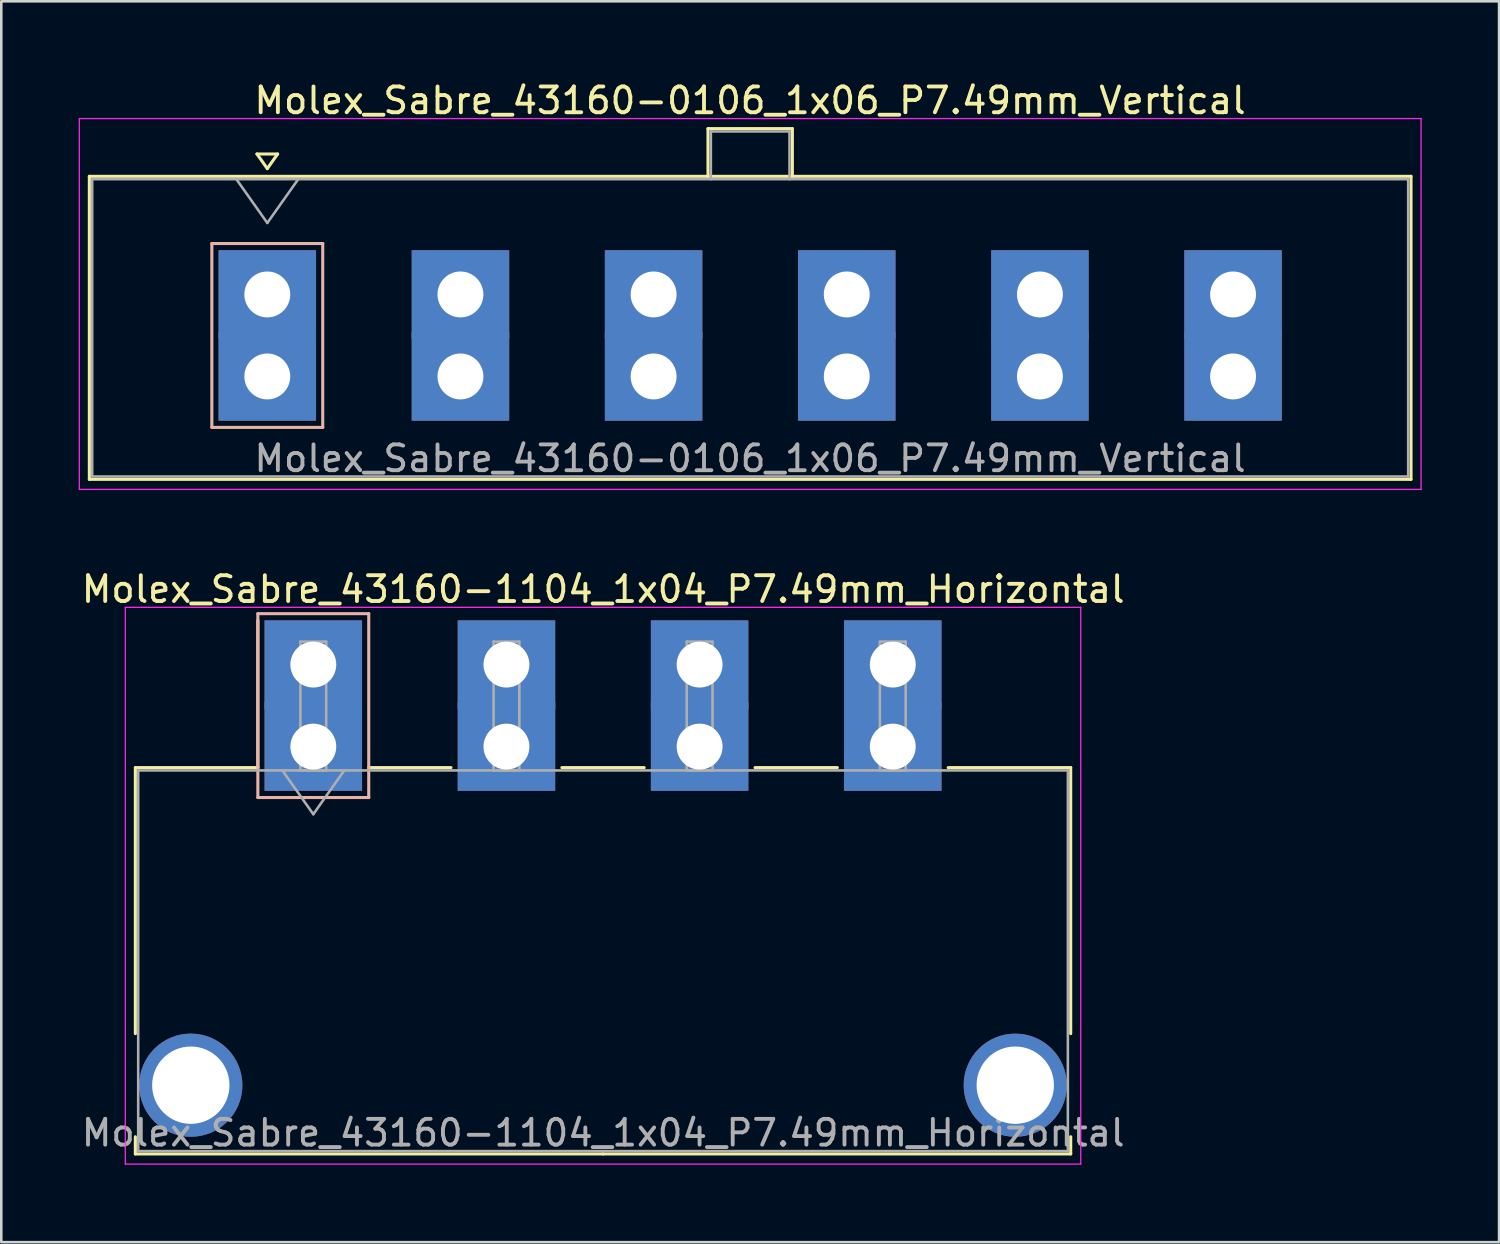
<source format=kicad_pcb>
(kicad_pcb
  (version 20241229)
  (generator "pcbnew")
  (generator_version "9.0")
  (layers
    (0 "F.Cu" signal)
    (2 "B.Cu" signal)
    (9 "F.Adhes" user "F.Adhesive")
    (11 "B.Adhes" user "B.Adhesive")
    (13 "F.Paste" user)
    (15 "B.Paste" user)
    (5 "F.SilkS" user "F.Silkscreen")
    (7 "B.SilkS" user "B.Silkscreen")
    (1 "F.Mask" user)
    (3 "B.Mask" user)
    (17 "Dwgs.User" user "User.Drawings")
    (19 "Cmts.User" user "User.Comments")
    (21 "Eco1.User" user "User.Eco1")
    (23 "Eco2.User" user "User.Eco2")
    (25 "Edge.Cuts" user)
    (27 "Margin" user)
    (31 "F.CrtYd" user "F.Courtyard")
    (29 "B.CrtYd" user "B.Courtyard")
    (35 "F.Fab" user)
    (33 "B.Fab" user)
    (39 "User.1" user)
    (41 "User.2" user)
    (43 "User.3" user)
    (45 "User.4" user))
  (footprint "Molex_Sabre_43160-0106_1x06_P7.49mm_Vertical"
    (layer "F.Cu")
    (at 7.315 11.548)
    (property "Reference" "Molex_Sabre_43160-0106_1x06_P7.49mm_Vertical" (at 18.72 -10.7 0) (layer "F.SilkS") (effects (font (size 1 1) (thickness 0.15))))
    (attr through_hole)
    (fp_line (start -6.9 -7.76) (end -6.9 3.99) (stroke (width 0.12) (type solid)) (layer "F.SilkS"))
    (fp_line (start -6.9 3.99) (end 44.35 3.99) (stroke (width 0.12) (type solid)) (layer "F.SilkS"))
    (fp_line (start -0.4 -8.626) (end 0 -8.06) (stroke (width 0.12) (type solid)) (layer "F.SilkS"))
    (fp_line (start 0 -8.06) (end 0.4 -8.626) (stroke (width 0.12) (type solid)) (layer "F.SilkS"))
    (fp_line (start 0.4 -8.626) (end -0.4 -8.626) (stroke (width 0.12) (type solid)) (layer "F.SilkS"))
    (fp_line (start 17.09 -9.61) (end 20.36 -9.61) (stroke (width 0.12) (type solid)) (layer "F.SilkS"))
    (fp_line (start 17.09 -7.76) (end 17.09 -9.61) (stroke (width 0.12) (type solid)) (layer "F.SilkS"))
    (fp_line (start 20.36 -9.61) (end 20.36 -7.76) (stroke (width 0.12) (type solid)) (layer "F.SilkS"))
    (fp_line (start 44.35 -7.76) (end -6.9 -7.76) (stroke (width 0.12) (type solid)) (layer "F.SilkS"))
    (fp_line (start 44.35 3.99) (end 44.35 -7.76) (stroke (width 0.12) (type solid)) (layer "F.SilkS"))
    (fp_line (start -2.15 -5.155) (end -2.15 1.975) (stroke (width 0.12) (type solid)) (layer "B.SilkS"))
    (fp_line (start -2.15 1.975) (end 2.15 1.975) (stroke (width 0.12) (type solid)) (layer "B.SilkS"))
    (fp_line (start 2.15 -5.155) (end -2.15 -5.155) (stroke (width 0.12) (type solid)) (layer "B.SilkS"))
    (fp_line (start 2.15 1.975) (end 2.15 -5.155) (stroke (width 0.12) (type solid)) (layer "B.SilkS"))
    (fp_line (start -7.29 -10) (end -7.29 4.38) (stroke (width 0.05) (type solid)) (layer "F.CrtYd"))
    (fp_line (start -7.29 4.38) (end 44.74 4.38) (stroke (width 0.05) (type solid)) (layer "F.CrtYd"))
    (fp_line (start 44.74 -10) (end -7.29 -10) (stroke (width 0.05) (type solid)) (layer "F.CrtYd"))
    (fp_line (start 44.74 4.38) (end 44.74 -10) (stroke (width 0.05) (type solid)) (layer "F.CrtYd"))
    (fp_line (start -6.79 -7.65) (end -6.79 3.88) (stroke (width 0.1) (type solid)) (layer "F.Fab"))
    (fp_line (start -6.79 3.88) (end 44.24 3.88) (stroke (width 0.1) (type solid)) (layer "F.Fab"))
    (fp_line (start -1.2 -7.65) (end 0 -5.953) (stroke (width 0.1) (type solid)) (layer "F.Fab"))
    (fp_line (start 0 -5.953) (end 1.2 -7.65) (stroke (width 0.1) (type solid)) (layer "F.Fab"))
    (fp_line (start 17.2 -9.5) (end 20.25 -9.5) (stroke (width 0.1) (type solid)) (layer "F.Fab"))
    (fp_line (start 17.2 -7.65) (end 17.2 -9.5) (stroke (width 0.1) (type solid)) (layer "F.Fab"))
    (fp_line (start 20.25 -9.5) (end 20.25 -7.65) (stroke (width 0.1) (type solid)) (layer "F.Fab"))
    (fp_line (start 44.24 -7.65) (end -6.79 -7.65) (stroke (width 0.1) (type solid)) (layer "F.Fab"))
    (fp_line (start 44.24 3.88) (end 44.24 -7.65) (stroke (width 0.1) (type solid)) (layer "F.Fab"))
    (fp_text user "${REFERENCE}" (at 18.72 3.18 0) (layer "F.Fab") (effects (font (size 1 1) (thickness 0.15))))
    (pad "1" thru_hole rect (at 0 -3.18) (size 3.78 3.43) (drill 1.78) (layers "*.Cu" "*.Mask"))
    (pad "1" thru_hole rect (at 0 0) (size 3.78 3.43) (drill 1.78) (layers "*.Cu" "*.Mask"))
    (pad "2" thru_hole rect (at 7.49 -3.18) (size 3.78 3.43) (drill 1.78) (layers "*.Cu" "*.Mask"))
    (pad "2" thru_hole rect (at 7.49 0) (size 3.78 3.43) (drill 1.78) (layers "*.Cu" "*.Mask"))
    (pad "3" thru_hole rect (at 14.98 -3.18) (size 3.78 3.43) (drill 1.78) (layers "*.Cu" "*.Mask"))
    (pad "3" thru_hole rect (at 14.98 0) (size 3.78 3.43) (drill 1.78) (layers "*.Cu" "*.Mask"))
    (pad "4" thru_hole rect (at 22.47 -3.18) (size 3.78 3.43) (drill 1.78) (layers "*.Cu" "*.Mask"))
    (pad "4" thru_hole rect (at 22.47 0) (size 3.78 3.43) (drill 1.78) (layers "*.Cu" "*.Mask"))
    (pad "5" thru_hole rect (at 29.96 -3.18) (size 3.78 3.43) (drill 1.78) (layers "*.Cu" "*.Mask"))
    (pad "5" thru_hole rect (at 29.96 0) (size 3.78 3.43) (drill 1.78) (layers "*.Cu" "*.Mask"))
    (pad "6" thru_hole rect (at 37.45 -3.18) (size 3.78 3.43) (drill 1.78) (layers "*.Cu" "*.Mask"))
    (pad "6" thru_hole rect (at 37.45 0) (size 3.78 3.43) (drill 1.78) (layers "*.Cu" "*.Mask")))
  (footprint "Molex_Sabre_43160-1104_1x04_P7.49mm_Horizontal"
    (layer "F.Cu")
    (at 9.099 25.901)
    (property "Reference" "Molex_Sabre_43160-1104_1x04_P7.49mm_Horizontal" (at 11.24 -6.1 0) (layer "F.SilkS") (effects (font (size 1 1) (thickness 0.15))))
    (attr through_hole)
    (fp_line (start -6.9 0.815) (end -6.9 11.13) (stroke (width 0.12) (type solid)) (layer "F.SilkS"))
    (fp_line (start -6.9 15.13) (end -6.9 15.795) (stroke (width 0.12) (type solid)) (layer "F.SilkS"))
    (fp_line (start -6.9 15.795) (end 11.235 15.795) (stroke (width 0.12) (type solid)) (layer "F.SilkS"))
    (fp_line (start -2.15 0.815) (end -6.9 0.815) (stroke (width 0.12) (type solid)) (layer "F.SilkS"))
    (fp_line (start -2.15 0.815) (end -2.15 -4.895) (stroke (width 0.12) (type solid)) (layer "F.SilkS"))
    (fp_line (start 2.15 0.815) (end 5.34 0.815) (stroke (width 0.12) (type solid)) (layer "F.SilkS"))
    (fp_line (start 9.64 0.815) (end 12.83 0.815) (stroke (width 0.12) (type solid)) (layer "F.SilkS"))
    (fp_line (start 17.13 0.815) (end 20.32 0.815) (stroke (width 0.12) (type solid)) (layer "F.SilkS"))
    (fp_line (start 24.62 0.815) (end 29.37 0.815) (stroke (width 0.12) (type solid)) (layer "F.SilkS"))
    (fp_line (start 29.37 0.815) (end 29.37 11.13) (stroke (width 0.12) (type solid)) (layer "F.SilkS"))
    (fp_line (start 29.37 15.13) (end 29.37 15.795) (stroke (width 0.12) (type solid)) (layer "F.SilkS"))
    (fp_line (start 29.37 15.795) (end 11.235 15.795) (stroke (width 0.12) (type solid)) (layer "F.SilkS"))
    (fp_line (start -2.15 -5.155) (end -2.15 1.975) (stroke (width 0.12) (type solid)) (layer "B.SilkS"))
    (fp_line (start -2.15 1.975) (end 2.15 1.975) (stroke (width 0.12) (type solid)) (layer "B.SilkS"))
    (fp_line (start 2.15 -5.155) (end -2.15 -5.155) (stroke (width 0.12) (type solid)) (layer "B.SilkS"))
    (fp_line (start 2.15 1.975) (end 2.15 -5.155) (stroke (width 0.12) (type solid)) (layer "B.SilkS"))
    (fp_line (start -7.29 -5.4) (end -7.29 16.19) (stroke (width 0.05) (type solid)) (layer "F.CrtYd"))
    (fp_line (start -7.29 16.19) (end 29.76 16.19) (stroke (width 0.05) (type solid)) (layer "F.CrtYd"))
    (fp_line (start 29.76 -5.4) (end -7.29 -5.4) (stroke (width 0.05) (type solid)) (layer "F.CrtYd"))
    (fp_line (start 29.76 16.19) (end 29.76 -5.4) (stroke (width 0.05) (type solid)) (layer "F.CrtYd"))
    (fp_line (start -6.79 0.925) (end -6.79 15.685) (stroke (width 0.1) (type solid)) (layer "F.Fab"))
    (fp_line (start -6.79 15.685) (end 29.26 15.685) (stroke (width 0.1) (type solid)) (layer "F.Fab"))
    (fp_line (start -1.2 0.925) (end 0 2.622) (stroke (width 0.1) (type solid)) (layer "F.Fab"))
    (fp_line (start -0.5 -4.07) (end 0.5 -4.07) (stroke (width 0.1) (type solid)) (layer "F.Fab"))
    (fp_line (start -0.5 0.925) (end -0.5 -4.07) (stroke (width 0.1) (type solid)) (layer "F.Fab"))
    (fp_line (start 0 2.622) (end 1.2 0.925) (stroke (width 0.1) (type solid)) (layer "F.Fab"))
    (fp_line (start 0.5 -4.07) (end 0.5 0.925) (stroke (width 0.1) (type solid)) (layer "F.Fab"))
    (fp_line (start 0.5 0.925) (end -0.5 0.925) (stroke (width 0.1) (type solid)) (layer "F.Fab"))
    (fp_line (start 6.99 -4.07) (end 7.99 -4.07) (stroke (width 0.1) (type solid)) (layer "F.Fab"))
    (fp_line (start 6.99 0.925) (end 6.99 -4.07) (stroke (width 0.1) (type solid)) (layer "F.Fab"))
    (fp_line (start 7.99 -4.07) (end 7.99 0.925) (stroke (width 0.1) (type solid)) (layer "F.Fab"))
    (fp_line (start 7.99 0.925) (end 6.99 0.925) (stroke (width 0.1) (type solid)) (layer "F.Fab"))
    (fp_line (start 14.48 -4.07) (end 15.48 -4.07) (stroke (width 0.1) (type solid)) (layer "F.Fab"))
    (fp_line (start 14.48 0.925) (end 14.48 -4.07) (stroke (width 0.1) (type solid)) (layer "F.Fab"))
    (fp_line (start 15.48 -4.07) (end 15.48 0.925) (stroke (width 0.1) (type solid)) (layer "F.Fab"))
    (fp_line (start 15.48 0.925) (end 14.48 0.925) (stroke (width 0.1) (type solid)) (layer "F.Fab"))
    (fp_line (start 21.97 -4.07) (end 22.97 -4.07) (stroke (width 0.1) (type solid)) (layer "F.Fab"))
    (fp_line (start 21.97 0.925) (end 21.97 -4.07) (stroke (width 0.1) (type solid)) (layer "F.Fab"))
    (fp_line (start 22.97 -4.07) (end 22.97 0.925) (stroke (width 0.1) (type solid)) (layer "F.Fab"))
    (fp_line (start 22.97 0.925) (end 21.97 0.925) (stroke (width 0.1) (type solid)) (layer "F.Fab"))
    (fp_line (start 29.26 0.925) (end -6.79 0.925) (stroke (width 0.1) (type solid)) (layer "F.Fab"))
    (fp_line (start 29.26 15.685) (end 29.26 0.925) (stroke (width 0.1) (type solid)) (layer "F.Fab"))
    (fp_text user "${REFERENCE}" (at 11.24 14.98 0) (layer "F.Fab") (effects (font (size 1 1) (thickness 0.15))))
    (pad "" thru_hole circle (at -4.75 13.13) (size 4 4) (drill 3) (layers "*.Cu" "*.Mask"))
    (pad "" thru_hole circle (at 27.22 13.13) (size 4 4) (drill 3) (layers "*.Cu" "*.Mask"))
    (pad "1" thru_hole rect (at 0 -3.18) (size 3.78 3.43) (drill 1.78) (layers "*.Cu" "*.Mask"))
    (pad "1" thru_hole rect (at 0 0) (size 3.78 3.43) (drill 1.78) (layers "*.Cu" "*.Mask"))
    (pad "2" thru_hole rect (at 7.49 -3.18) (size 3.78 3.43) (drill 1.78) (layers "*.Cu" "*.Mask"))
    (pad "2" thru_hole rect (at 7.49 0) (size 3.78 3.43) (drill 1.78) (layers "*.Cu" "*.Mask"))
    (pad "3" thru_hole rect (at 14.98 -3.18) (size 3.78 3.43) (drill 1.78) (layers "*.Cu" "*.Mask"))
    (pad "3" thru_hole rect (at 14.98 0) (size 3.78 3.43) (drill 1.78) (layers "*.Cu" "*.Mask"))
    (pad "4" thru_hole rect (at 22.47 -3.18) (size 3.78 3.43) (drill 1.78) (layers "*.Cu" "*.Mask"))
    (pad "4" thru_hole rect (at 22.47 0) (size 3.78 3.43) (drill 1.78) (layers "*.Cu" "*.Mask")))
  (gr_rect
    (start -3 -3)
    (end 55.08 45.117)
    (stroke (width 0.1) (type default))
    (fill no)
    (layer "Edge.Cuts")))
</source>
